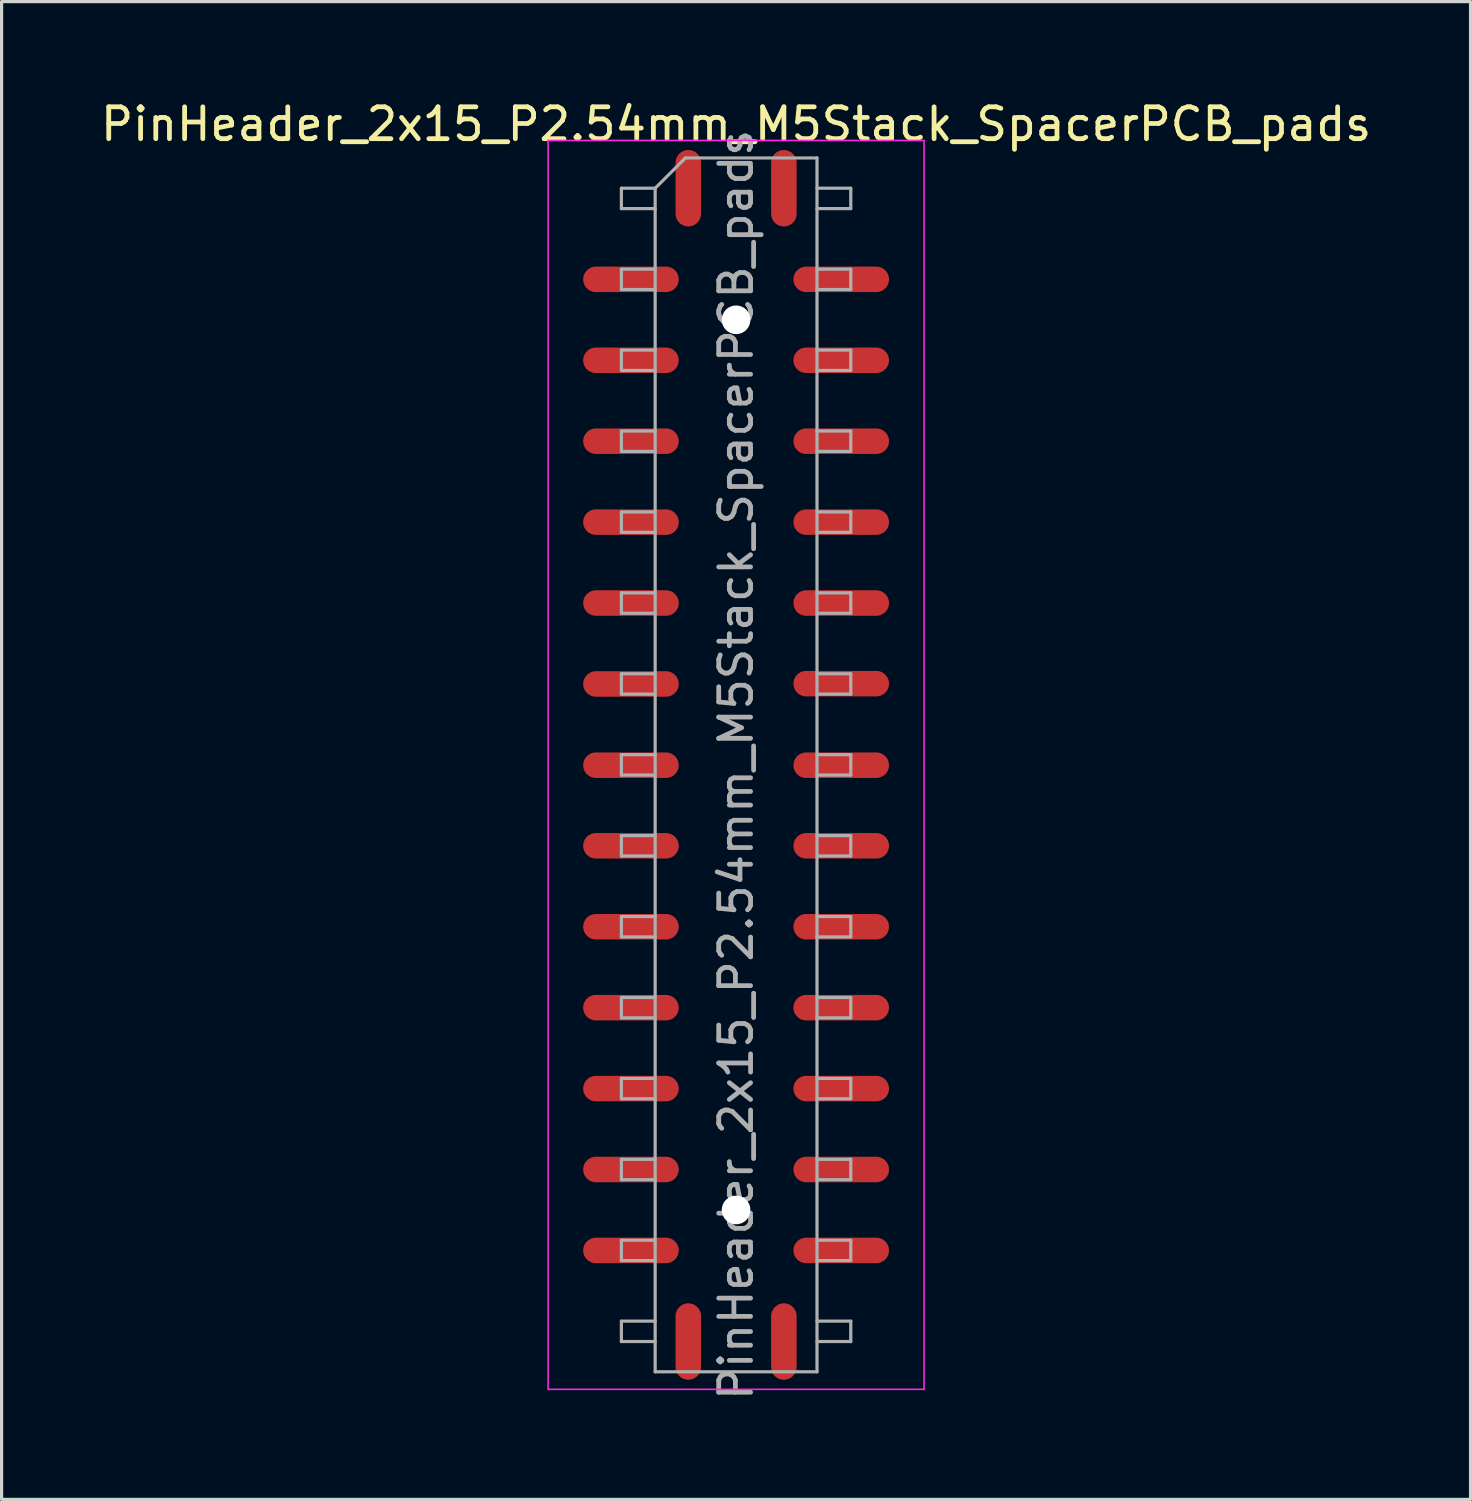
<source format=kicad_pcb>
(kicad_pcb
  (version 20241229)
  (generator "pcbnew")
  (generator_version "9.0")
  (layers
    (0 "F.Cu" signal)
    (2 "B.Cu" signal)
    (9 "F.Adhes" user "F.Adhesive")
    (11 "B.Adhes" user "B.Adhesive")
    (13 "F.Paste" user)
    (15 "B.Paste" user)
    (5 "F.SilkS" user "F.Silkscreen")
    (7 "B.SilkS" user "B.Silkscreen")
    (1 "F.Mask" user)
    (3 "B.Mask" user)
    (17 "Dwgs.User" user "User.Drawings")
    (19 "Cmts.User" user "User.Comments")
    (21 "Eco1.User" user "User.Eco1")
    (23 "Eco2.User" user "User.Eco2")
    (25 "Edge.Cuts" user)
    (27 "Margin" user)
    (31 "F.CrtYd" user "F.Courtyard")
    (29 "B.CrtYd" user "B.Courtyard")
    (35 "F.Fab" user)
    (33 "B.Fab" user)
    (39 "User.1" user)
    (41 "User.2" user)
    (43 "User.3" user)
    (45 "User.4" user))
  (footprint "PinHeader_2x15_P2.54mm_M5Stack_SpacerPCB_pads"
    (layer "F.Cu")
    (at 20.054 20.958)
    (property "Reference" "PinHeader_2x15_P2.54mm_M5Stack_SpacerPCB_pads" (at 0 -20.11 0) (layer "F.SilkS") (effects (font (size 1 1) (thickness 0.15))))
    (attr smd)
    (fp_line (start -5.9 -19.6) (end -5.9 19.6) (stroke (width 0.05) (type solid)) (layer "F.CrtYd"))
    (fp_line (start -5.9 19.6) (end 5.9 19.6) (stroke (width 0.05) (type solid)) (layer "F.CrtYd"))
    (fp_line (start 5.9 -19.6) (end -5.9 -19.6) (stroke (width 0.05) (type solid)) (layer "F.CrtYd"))
    (fp_line (start 5.9 19.6) (end 5.9 -19.6) (stroke (width 0.05) (type solid)) (layer "F.CrtYd"))
    (fp_line (start -3.6 -18.1) (end -3.6 -17.46) (stroke (width 0.1) (type solid)) (layer "F.Fab"))
    (fp_line (start -3.6 -17.46) (end -2.54 -17.46) (stroke (width 0.1) (type solid)) (layer "F.Fab"))
    (fp_line (start -3.6 -15.56) (end -3.6 -14.92) (stroke (width 0.1) (type solid)) (layer "F.Fab"))
    (fp_line (start -3.6 -14.92) (end -2.54 -14.92) (stroke (width 0.1) (type solid)) (layer "F.Fab"))
    (fp_line (start -3.6 -13.02) (end -3.6 -12.38) (stroke (width 0.1) (type solid)) (layer "F.Fab"))
    (fp_line (start -3.6 -12.38) (end -2.54 -12.38) (stroke (width 0.1) (type solid)) (layer "F.Fab"))
    (fp_line (start -3.6 -10.48) (end -3.6 -9.84) (stroke (width 0.1) (type solid)) (layer "F.Fab"))
    (fp_line (start -3.6 -9.84) (end -2.54 -9.84) (stroke (width 0.1) (type solid)) (layer "F.Fab"))
    (fp_line (start -3.6 -7.94) (end -3.6 -7.3) (stroke (width 0.1) (type solid)) (layer "F.Fab"))
    (fp_line (start -3.6 -7.3) (end -2.54 -7.3) (stroke (width 0.1) (type solid)) (layer "F.Fab"))
    (fp_line (start -3.6 -5.4) (end -3.6 -4.76) (stroke (width 0.1) (type solid)) (layer "F.Fab"))
    (fp_line (start -3.6 -4.76) (end -2.54 -4.76) (stroke (width 0.1) (type solid)) (layer "F.Fab"))
    (fp_line (start -3.6 -2.86) (end -3.6 -2.22) (stroke (width 0.1) (type solid)) (layer "F.Fab"))
    (fp_line (start -3.6 -2.22) (end -2.54 -2.22) (stroke (width 0.1) (type solid)) (layer "F.Fab"))
    (fp_line (start -3.6 -0.32) (end -3.6 0.32) (stroke (width 0.1) (type solid)) (layer "F.Fab"))
    (fp_line (start -3.6 0.32) (end -2.54 0.32) (stroke (width 0.1) (type solid)) (layer "F.Fab"))
    (fp_line (start -3.6 2.22) (end -3.6 2.86) (stroke (width 0.1) (type solid)) (layer "F.Fab"))
    (fp_line (start -3.6 2.86) (end -2.54 2.86) (stroke (width 0.1) (type solid)) (layer "F.Fab"))
    (fp_line (start -3.6 4.76) (end -3.6 5.4) (stroke (width 0.1) (type solid)) (layer "F.Fab"))
    (fp_line (start -3.6 5.4) (end -2.54 5.4) (stroke (width 0.1) (type solid)) (layer "F.Fab"))
    (fp_line (start -3.6 7.3) (end -3.6 7.94) (stroke (width 0.1) (type solid)) (layer "F.Fab"))
    (fp_line (start -3.6 7.94) (end -2.54 7.94) (stroke (width 0.1) (type solid)) (layer "F.Fab"))
    (fp_line (start -3.6 9.84) (end -3.6 10.48) (stroke (width 0.1) (type solid)) (layer "F.Fab"))
    (fp_line (start -3.6 10.48) (end -2.54 10.48) (stroke (width 0.1) (type solid)) (layer "F.Fab"))
    (fp_line (start -3.6 12.38) (end -3.6 13.02) (stroke (width 0.1) (type solid)) (layer "F.Fab"))
    (fp_line (start -3.6 13.02) (end -2.54 13.02) (stroke (width 0.1) (type solid)) (layer "F.Fab"))
    (fp_line (start -3.6 14.92) (end -3.6 15.56) (stroke (width 0.1) (type solid)) (layer "F.Fab"))
    (fp_line (start -3.6 15.56) (end -2.54 15.56) (stroke (width 0.1) (type solid)) (layer "F.Fab"))
    (fp_line (start -3.6 17.46) (end -3.6 18.1) (stroke (width 0.1) (type solid)) (layer "F.Fab"))
    (fp_line (start -3.6 18.1) (end -2.54 18.1) (stroke (width 0.1) (type solid)) (layer "F.Fab"))
    (fp_line (start -2.54 -18.1) (end -3.6 -18.1) (stroke (width 0.1) (type solid)) (layer "F.Fab"))
    (fp_line (start -2.54 -18.1) (end -1.59 -19.05) (stroke (width 0.1) (type solid)) (layer "F.Fab"))
    (fp_line (start -2.54 -15.56) (end -3.6 -15.56) (stroke (width 0.1) (type solid)) (layer "F.Fab"))
    (fp_line (start -2.54 -13.02) (end -3.6 -13.02) (stroke (width 0.1) (type solid)) (layer "F.Fab"))
    (fp_line (start -2.54 -10.48) (end -3.6 -10.48) (stroke (width 0.1) (type solid)) (layer "F.Fab"))
    (fp_line (start -2.54 -7.94) (end -3.6 -7.94) (stroke (width 0.1) (type solid)) (layer "F.Fab"))
    (fp_line (start -2.54 -5.4) (end -3.6 -5.4) (stroke (width 0.1) (type solid)) (layer "F.Fab"))
    (fp_line (start -2.54 -2.86) (end -3.6 -2.86) (stroke (width 0.1) (type solid)) (layer "F.Fab"))
    (fp_line (start -2.54 -0.32) (end -3.6 -0.32) (stroke (width 0.1) (type solid)) (layer "F.Fab"))
    (fp_line (start -2.54 2.22) (end -3.6 2.22) (stroke (width 0.1) (type solid)) (layer "F.Fab"))
    (fp_line (start -2.54 4.76) (end -3.6 4.76) (stroke (width 0.1) (type solid)) (layer "F.Fab"))
    (fp_line (start -2.54 7.3) (end -3.6 7.3) (stroke (width 0.1) (type solid)) (layer "F.Fab"))
    (fp_line (start -2.54 9.84) (end -3.6 9.84) (stroke (width 0.1) (type solid)) (layer "F.Fab"))
    (fp_line (start -2.54 12.38) (end -3.6 12.38) (stroke (width 0.1) (type solid)) (layer "F.Fab"))
    (fp_line (start -2.54 14.92) (end -3.6 14.92) (stroke (width 0.1) (type solid)) (layer "F.Fab"))
    (fp_line (start -2.54 17.46) (end -3.6 17.46) (stroke (width 0.1) (type solid)) (layer "F.Fab"))
    (fp_line (start -2.54 19.05) (end -2.54 -18.1) (stroke (width 0.1) (type solid)) (layer "F.Fab"))
    (fp_line (start -1.59 -19.05) (end 2.54 -19.05) (stroke (width 0.1) (type solid)) (layer "F.Fab"))
    (fp_line (start 2.54 -19.05) (end 2.54 19.05) (stroke (width 0.1) (type solid)) (layer "F.Fab"))
    (fp_line (start 2.54 -18.1) (end 3.6 -18.1) (stroke (width 0.1) (type solid)) (layer "F.Fab"))
    (fp_line (start 2.54 -15.56) (end 3.6 -15.56) (stroke (width 0.1) (type solid)) (layer "F.Fab"))
    (fp_line (start 2.54 -13.02) (end 3.6 -13.02) (stroke (width 0.1) (type solid)) (layer "F.Fab"))
    (fp_line (start 2.54 -10.48) (end 3.6 -10.48) (stroke (width 0.1) (type solid)) (layer "F.Fab"))
    (fp_line (start 2.54 -7.94) (end 3.6 -7.94) (stroke (width 0.1) (type solid)) (layer "F.Fab"))
    (fp_line (start 2.54 -5.4) (end 3.6 -5.4) (stroke (width 0.1) (type solid)) (layer "F.Fab"))
    (fp_line (start 2.54 -2.86) (end 3.6 -2.86) (stroke (width 0.1) (type solid)) (layer "F.Fab"))
    (fp_line (start 2.54 -0.32) (end 3.6 -0.32) (stroke (width 0.1) (type solid)) (layer "F.Fab"))
    (fp_line (start 2.54 2.22) (end 3.6 2.22) (stroke (width 0.1) (type solid)) (layer "F.Fab"))
    (fp_line (start 2.54 4.76) (end 3.6 4.76) (stroke (width 0.1) (type solid)) (layer "F.Fab"))
    (fp_line (start 2.54 7.3) (end 3.6 7.3) (stroke (width 0.1) (type solid)) (layer "F.Fab"))
    (fp_line (start 2.54 9.84) (end 3.6 9.84) (stroke (width 0.1) (type solid)) (layer "F.Fab"))
    (fp_line (start 2.54 12.38) (end 3.6 12.38) (stroke (width 0.1) (type solid)) (layer "F.Fab"))
    (fp_line (start 2.54 14.92) (end 3.6 14.92) (stroke (width 0.1) (type solid)) (layer "F.Fab"))
    (fp_line (start 2.54 17.46) (end 3.6 17.46) (stroke (width 0.1) (type solid)) (layer "F.Fab"))
    (fp_line (start 2.54 19.05) (end -2.54 19.05) (stroke (width 0.1) (type solid)) (layer "F.Fab"))
    (fp_line (start 3.6 -18.1) (end 3.6 -17.46) (stroke (width 0.1) (type solid)) (layer "F.Fab"))
    (fp_line (start 3.6 -17.46) (end 2.54 -17.46) (stroke (width 0.1) (type solid)) (layer "F.Fab"))
    (fp_line (start 3.6 -15.56) (end 3.6 -14.92) (stroke (width 0.1) (type solid)) (layer "F.Fab"))
    (fp_line (start 3.6 -14.92) (end 2.54 -14.92) (stroke (width 0.1) (type solid)) (layer "F.Fab"))
    (fp_line (start 3.6 -13.02) (end 3.6 -12.38) (stroke (width 0.1) (type solid)) (layer "F.Fab"))
    (fp_line (start 3.6 -12.38) (end 2.54 -12.38) (stroke (width 0.1) (type solid)) (layer "F.Fab"))
    (fp_line (start 3.6 -10.48) (end 3.6 -9.84) (stroke (width 0.1) (type solid)) (layer "F.Fab"))
    (fp_line (start 3.6 -9.84) (end 2.54 -9.84) (stroke (width 0.1) (type solid)) (layer "F.Fab"))
    (fp_line (start 3.6 -7.94) (end 3.6 -7.3) (stroke (width 0.1) (type solid)) (layer "F.Fab"))
    (fp_line (start 3.6 -7.3) (end 2.54 -7.3) (stroke (width 0.1) (type solid)) (layer "F.Fab"))
    (fp_line (start 3.6 -5.4) (end 3.6 -4.76) (stroke (width 0.1) (type solid)) (layer "F.Fab"))
    (fp_line (start 3.6 -4.76) (end 2.54 -4.76) (stroke (width 0.1) (type solid)) (layer "F.Fab"))
    (fp_line (start 3.6 -2.86) (end 3.6 -2.22) (stroke (width 0.1) (type solid)) (layer "F.Fab"))
    (fp_line (start 3.6 -2.22) (end 2.54 -2.22) (stroke (width 0.1) (type solid)) (layer "F.Fab"))
    (fp_line (start 3.6 -0.32) (end 3.6 0.32) (stroke (width 0.1) (type solid)) (layer "F.Fab"))
    (fp_line (start 3.6 0.32) (end 2.54 0.32) (stroke (width 0.1) (type solid)) (layer "F.Fab"))
    (fp_line (start 3.6 2.22) (end 3.6 2.86) (stroke (width 0.1) (type solid)) (layer "F.Fab"))
    (fp_line (start 3.6 2.86) (end 2.54 2.86) (stroke (width 0.1) (type solid)) (layer "F.Fab"))
    (fp_line (start 3.6 4.76) (end 3.6 5.4) (stroke (width 0.1) (type solid)) (layer "F.Fab"))
    (fp_line (start 3.6 5.4) (end 2.54 5.4) (stroke (width 0.1) (type solid)) (layer "F.Fab"))
    (fp_line (start 3.6 7.3) (end 3.6 7.94) (stroke (width 0.1) (type solid)) (layer "F.Fab"))
    (fp_line (start 3.6 7.94) (end 2.54 7.94) (stroke (width 0.1) (type solid)) (layer "F.Fab"))
    (fp_line (start 3.6 9.84) (end 3.6 10.48) (stroke (width 0.1) (type solid)) (layer "F.Fab"))
    (fp_line (start 3.6 10.48) (end 2.54 10.48) (stroke (width 0.1) (type solid)) (layer "F.Fab"))
    (fp_line (start 3.6 12.38) (end 3.6 13.02) (stroke (width 0.1) (type solid)) (layer "F.Fab"))
    (fp_line (start 3.6 13.02) (end 2.54 13.02) (stroke (width 0.1) (type solid)) (layer "F.Fab"))
    (fp_line (start 3.6 14.92) (end 3.6 15.56) (stroke (width 0.1) (type solid)) (layer "F.Fab"))
    (fp_line (start 3.6 15.56) (end 2.54 15.56) (stroke (width 0.1) (type solid)) (layer "F.Fab"))
    (fp_line (start 3.6 17.46) (end 3.6 18.1) (stroke (width 0.1) (type solid)) (layer "F.Fab"))
    (fp_line (start 3.6 18.1) (end 2.54 18.1) (stroke (width 0.1) (type solid)) (layer "F.Fab"))
    (fp_text user "${REFERENCE}" (at 0 0 90) (layer "F.Fab") (effects (font (size 1 1) (thickness 0.15))))
    (pad "" np_thru_hole oval (at 0 -13.97) (size 0.9 0.9) (drill 0.9) (layers "*.Cu" "*.Mask"))
    (pad "" np_thru_hole oval (at 0 13.97) (size 0.9 0.9) (drill 0.9) (layers "*.Cu" "*.Mask"))
    (pad "1" smd oval (at -1.5 -18.1 90) (size 2.4 0.8) (layers "F.Cu" "F.Mask" "F.Paste"))
    (pad "2" smd oval (at 1.5 -18.1 90) (size 2.4 0.8) (layers "F.Cu" "F.Mask" "F.Paste"))
    (pad "3" smd oval (at -3.3 -15.24) (size 3 0.8) (layers "F.Cu" "F.Mask" "F.Paste"))
    (pad "4" smd oval (at 3.3 -15.24) (size 3 0.8) (layers "F.Cu" "F.Mask" "F.Paste"))
    (pad "5" smd oval (at -3.3 -12.7) (size 3 0.8) (layers "F.Cu" "F.Mask" "F.Paste"))
    (pad "6" smd oval (at 3.3 -12.7) (size 3 0.8) (layers "F.Cu" "F.Mask" "F.Paste"))
    (pad "7" smd oval (at -3.3 -10.16) (size 3 0.8) (layers "F.Cu" "F.Mask" "F.Paste"))
    (pad "8" smd oval (at 3.3 -10.16) (size 3 0.8) (layers "F.Cu" "F.Mask" "F.Paste"))
    (pad "9" smd oval (at -3.3 -7.62) (size 3 0.8) (layers "F.Cu" "F.Mask" "F.Paste"))
    (pad "10" smd oval (at 3.3 -7.62) (size 3 0.8) (layers "F.Cu" "F.Mask" "F.Paste"))
    (pad "11" smd oval (at -3.3 -5.08) (size 3 0.8) (layers "F.Cu" "F.Mask" "F.Paste"))
    (pad "12" smd oval (at 3.3 -5.08) (size 3 0.8) (layers "F.Cu" "F.Mask" "F.Paste"))
    (pad "13" smd oval (at -3.3 -2.54) (size 3 0.8) (layers "F.Cu" "F.Mask" "F.Paste"))
    (pad "14" smd oval (at 3.3 -2.55) (size 3 0.8) (layers "F.Cu" "F.Mask" "F.Paste"))
    (pad "15" smd oval (at -3.3 0.01) (size 3 0.8) (layers "F.Cu" "F.Mask" "F.Paste"))
    (pad "16" smd oval (at 3.3 0.01) (size 3 0.8) (layers "F.Cu" "F.Mask" "F.Paste"))
    (pad "17" smd oval (at -3.3 2.54) (size 3 0.8) (layers "F.Cu" "F.Mask" "F.Paste"))
    (pad "18" smd oval (at 3.3 2.54) (size 3 0.8) (layers "F.Cu" "F.Mask" "F.Paste"))
    (pad "19" smd oval (at -3.3 5.08) (size 3 0.8) (layers "F.Cu" "F.Mask" "F.Paste"))
    (pad "20" smd oval (at 3.3 5.08) (size 3 0.8) (layers "F.Cu" "F.Mask" "F.Paste"))
    (pad "21" smd oval (at -3.3 7.62) (size 3 0.8) (layers "F.Cu" "F.Mask" "F.Paste"))
    (pad "22" smd oval (at 3.3 7.62) (size 3 0.8) (layers "F.Cu" "F.Mask" "F.Paste"))
    (pad "23" smd oval (at -3.3 10.16) (size 3 0.8) (layers "F.Cu" "F.Mask" "F.Paste"))
    (pad "24" smd oval (at 3.3 10.16) (size 3 0.8) (layers "F.Cu" "F.Mask" "F.Paste"))
    (pad "25" smd oval (at -3.3 12.7) (size 3 0.8) (layers "F.Cu" "F.Mask" "F.Paste"))
    (pad "26" smd oval (at 3.3 12.7) (size 3 0.8) (layers "F.Cu" "F.Mask" "F.Paste"))
    (pad "27" smd oval (at -3.3 15.24) (size 3 0.8) (layers "F.Cu" "F.Mask" "F.Paste"))
    (pad "28" smd oval (at 3.3 15.24) (size 3 0.8) (layers "F.Cu" "F.Mask" "F.Paste"))
    (pad "29" smd oval (at -1.5 18.1 90) (size 2.4 0.8) (layers "F.Cu" "F.Mask" "F.Paste"))
    (pad "30" smd oval (at 1.5 18.1 90) (size 2.4 0.8) (layers "F.Cu" "F.Mask" "F.Paste")))
  (gr_rect
    (start -3 -3)
    (end 43.107 44.012)
    (stroke (width 0.1) (type default))
    (fill no)
    (layer "Edge.Cuts")))
</source>
